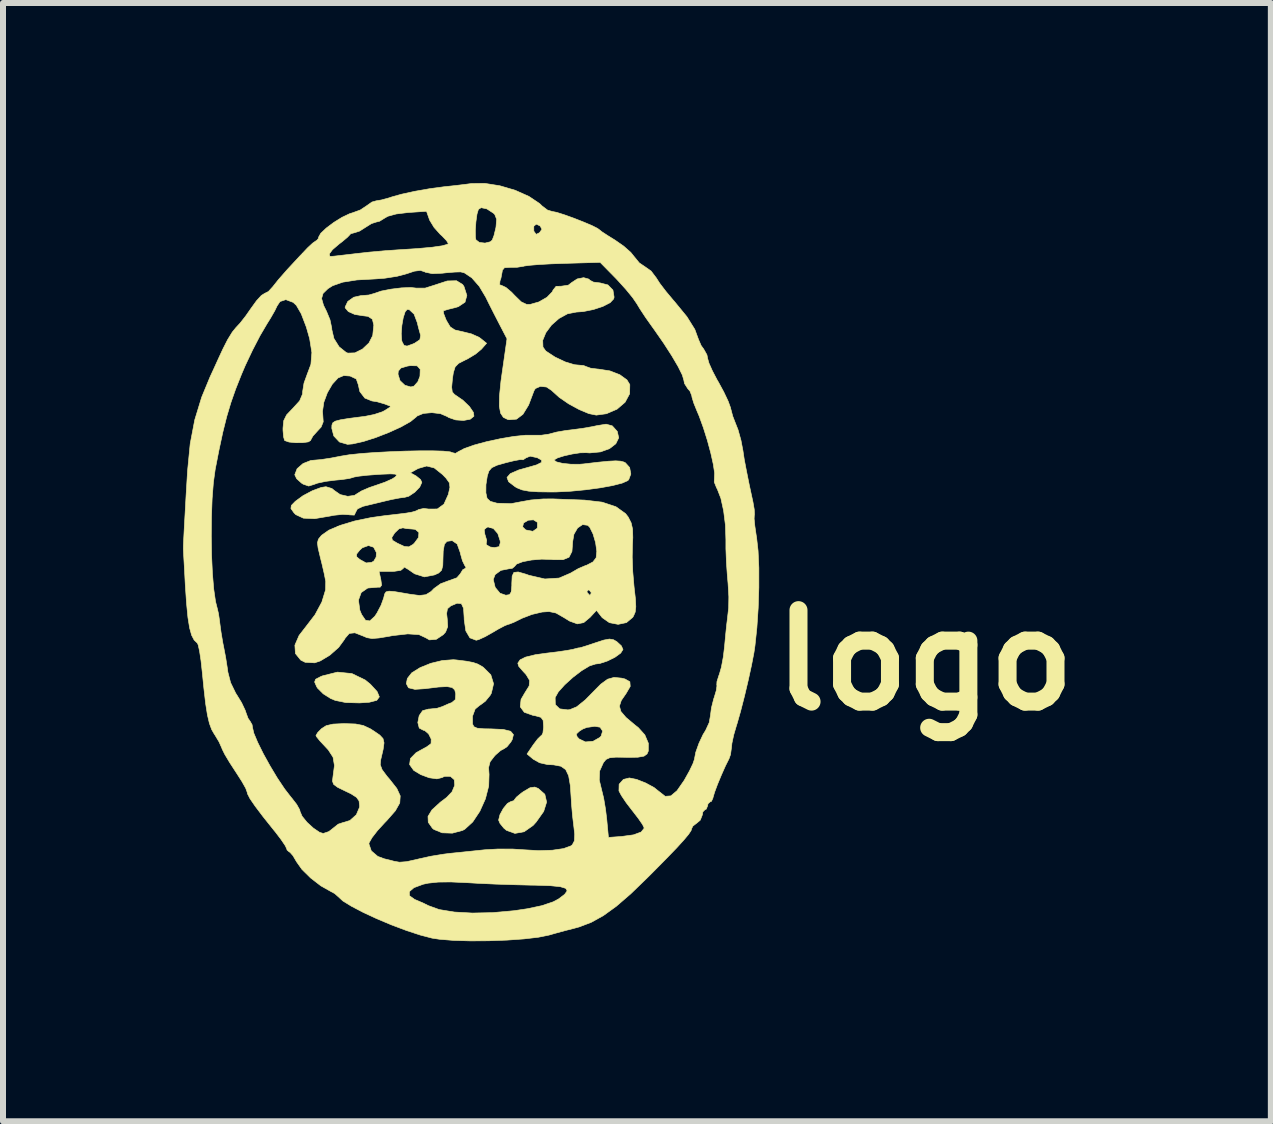
<source format=kicad_pcb>
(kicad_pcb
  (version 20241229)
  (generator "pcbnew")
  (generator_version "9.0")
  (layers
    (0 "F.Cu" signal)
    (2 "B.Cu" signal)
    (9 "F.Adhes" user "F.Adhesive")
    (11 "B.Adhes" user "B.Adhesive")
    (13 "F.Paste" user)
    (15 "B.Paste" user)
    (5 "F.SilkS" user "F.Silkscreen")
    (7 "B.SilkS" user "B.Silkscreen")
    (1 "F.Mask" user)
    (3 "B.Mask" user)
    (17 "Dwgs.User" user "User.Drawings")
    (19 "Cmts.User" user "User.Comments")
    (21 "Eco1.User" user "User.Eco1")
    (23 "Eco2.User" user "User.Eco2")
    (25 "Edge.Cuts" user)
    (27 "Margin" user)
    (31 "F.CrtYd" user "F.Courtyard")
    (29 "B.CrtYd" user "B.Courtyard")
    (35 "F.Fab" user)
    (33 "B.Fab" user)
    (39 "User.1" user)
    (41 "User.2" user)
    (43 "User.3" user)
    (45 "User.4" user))
  (footprint "logo"
    (layer "F.Cu")
    (at 4.992 6.426)
    (property "Reference" "logo" (at 7.366 1.524 0) (layer "F.SilkS") (effects (font (size 1.524 1.524) (thickness 0.3))))
    (attr through_hole)
    (fp_poly (pts (xy -2.179 1.746) (xy -1.958 1.853) (xy -1.871 1.924) (xy -1.759 2.046) (xy -1.722 2.134) (xy -1.765 2.192) (xy -1.889 2.224) (xy -2.051 2.235) (xy -2.281 2.229) (xy -2.457 2.193) (xy -2.532 2.162) (xy -2.657 2.083) (xy -2.751 1.989) (xy -2.766 1.965) (xy -2.8 1.887) (xy -2.784 1.841) (xy -2.704 1.799) (xy -2.671 1.785) (xy -2.42 1.722) (xy -2.179 1.746)) (stroke (width 0.01) (type solid)) (fill yes) (layer "F.SilkS"))
    (fp_poly (pts (xy 0.925 3.66) (xy 1.035 3.757) (xy 1.065 3.887) (xy 1.016 4.043) (xy 0.89 4.221) (xy 0.839 4.277) (xy 0.691 4.381) (xy 0.537 4.409) (xy 0.396 4.358) (xy 0.353 4.322) (xy 0.288 4.242) (xy 0.265 4.187) (xy 0.288 4.096) (xy 0.344 3.993) (xy 0.412 3.91) (xy 0.464 3.881) (xy 0.522 3.862) (xy 0.529 3.847) (xy 0.563 3.804) (xy 0.646 3.736) (xy 0.68 3.712) (xy 0.789 3.648) (xy 0.867 3.637) (xy 0.925 3.66)) (stroke (width 0.01) (type solid)) (fill yes) (layer "F.SilkS"))
    (fp_poly (pts (xy -0.441 1.519) (xy -0.271 1.54) (xy -0.161 1.561) (xy -0.084 1.587) (xy -0.012 1.627) (xy 0.01 1.642) (xy 0.135 1.766) (xy 0.181 1.916) (xy 0.144 2.074) (xy 0.125 2.108) (xy 0.044 2.207) (xy -0.039 2.269) (xy -0.047 2.272) (xy -0.126 2.338) (xy -0.17 2.457) (xy -0.169 2.587) (xy -0.147 2.631) (xy -0.092 2.656) (xy 0.017 2.666) (xy 0.142 2.668) (xy 0.343 2.677) (xy 0.465 2.707) (xy 0.512 2.763) (xy 0.491 2.848) (xy 0.469 2.886) (xy 0.404 2.966) (xy 0.354 2.999) (xy 0.299 3.028) (xy 0.216 3.1) (xy 0.197 3.12) (xy 0.123 3.216) (xy 0.098 3.313) (xy 0.106 3.426) (xy 0.1 3.62) (xy 0.045 3.834) (xy -0.048 4.041) (xy -0.166 4.218) (xy -0.298 4.339) (xy -0.334 4.359) (xy -0.506 4.405) (xy -0.676 4.399) (xy -0.813 4.343) (xy -0.838 4.322) (xy -0.907 4.224) (xy -0.911 4.125) (xy -0.845 4.017) (xy -0.704 3.888) (xy -0.603 3.812) (xy -0.511 3.716) (xy -0.466 3.608) (xy -0.474 3.514) (xy -0.537 3.459) (xy -0.634 3.458) (xy -0.678 3.479) (xy -0.763 3.5) (xy -0.891 3.482) (xy -1.031 3.43) (xy -1.149 3.359) (xy -1.218 3.262) (xy -1.204 3.161) (xy -1.11 3.065) (xy -1.037 3.024) (xy -0.931 2.966) (xy -0.865 2.917) (xy -0.86 2.91) (xy -0.858 2.837) (xy -0.901 2.751) (xy -0.966 2.695) (xy -0.989 2.69) (xy -1.057 2.654) (xy -1.081 2.562) (xy -1.058 2.447) (xy -1.001 2.364) (xy -0.899 2.337) (xy -0.882 2.337) (xy -0.759 2.324) (xy -0.672 2.296) (xy -0.562 2.247) (xy -0.515 2.23) (xy -0.455 2.179) (xy -0.449 2.084) (xy -0.466 2.017) (xy -0.51 1.978) (xy -0.594 1.963) (xy -0.735 1.97) (xy -0.947 1.996) (xy -0.948 1.997) (xy -1.129 2.009) (xy -1.236 1.983) (xy -1.272 1.914) (xy -1.255 1.827) (xy -1.182 1.734) (xy -1.044 1.648) (xy -0.867 1.576) (xy -0.674 1.529) (xy -0.489 1.515) (xy -0.441 1.519)) (stroke (width 0.01) (type solid)) (fill yes) (layer "F.SilkS"))
    (fp_poly (pts (xy 2.159 -2.381) (xy 2.239 -2.292) (xy 2.242 -2.289) (xy 2.266 -2.182) (xy 2.218 -2.083) (xy 2.112 -2.001) (xy 1.962 -1.947) (xy 1.783 -1.93) (xy 1.724 -1.934) (xy 1.623 -1.932) (xy 1.492 -1.912) (xy 1.358 -1.882) (xy 1.249 -1.848) (xy 1.193 -1.816) (xy 1.191 -1.809) (xy 1.23 -1.78) (xy 1.331 -1.756) (xy 1.467 -1.742) (xy 1.61 -1.741) (xy 1.676 -1.746) (xy 1.922 -1.775) (xy 2.097 -1.792) (xy 2.216 -1.798) (xy 2.295 -1.793) (xy 2.35 -1.779) (xy 2.377 -1.766) (xy 2.448 -1.687) (xy 2.468 -1.579) (xy 2.432 -1.483) (xy 2.414 -1.467) (xy 2.323 -1.427) (xy 2.163 -1.386) (xy 1.954 -1.348) (xy 1.715 -1.316) (xy 1.467 -1.292) (xy 1.229 -1.28) (xy 1.147 -1.279) (xy 0.923 -1.282) (xy 0.767 -1.293) (xy 0.656 -1.314) (xy 0.57 -1.349) (xy 0.54 -1.367) (xy 0.432 -1.45) (xy 0.405 -1.521) (xy 0.46 -1.585) (xy 0.6 -1.646) (xy 0.729 -1.682) (xy 0.896 -1.73) (xy 0.979 -1.771) (xy 0.984 -1.809) (xy 0.914 -1.848) (xy 0.906 -1.851) (xy 0.791 -1.876) (xy 0.722 -1.848) (xy 0.672 -1.815) (xy 0.661 -1.818) (xy 0.623 -1.819) (xy 0.521 -1.8) (xy 0.389 -1.768) (xy 0.238 -1.725) (xy 0.151 -1.684) (xy 0.104 -1.629) (xy 0.077 -1.549) (xy 0.054 -1.401) (xy 0.053 -1.265) (xy 0.073 -1.173) (xy 0.127 -1.123) (xy 0.239 -1.092) (xy 0.473 -1.085) (xy 0.636 -1.116) (xy 0.803 -1.146) (xy 1.007 -1.163) (xy 1.169 -1.164) (xy 1.367 -1.156) (xy 1.567 -1.149) (xy 1.698 -1.144) (xy 1.989 -1.11) (xy 2.219 -1.034) (xy 2.38 -0.919) (xy 2.424 -0.862) (xy 2.473 -0.766) (xy 2.497 -0.661) (xy 2.501 -0.518) (xy 2.495 -0.397) (xy 2.491 -0.194) (xy 2.5 0.047) (xy 2.52 0.281) (xy 2.523 0.311) (xy 2.545 0.505) (xy 2.551 0.634) (xy 2.541 0.721) (xy 2.513 0.787) (xy 2.499 0.81) (xy 2.395 0.897) (xy 2.256 0.926) (xy 2.111 0.898) (xy 1.991 0.814) (xy 1.983 0.804) (xy 1.896 0.693) (xy 1.788 0.81) (xy 1.683 0.897) (xy 1.577 0.918) (xy 1.449 0.872) (xy 1.35 0.811) (xy 1.221 0.737) (xy 1.106 0.713) (xy 0.989 0.721) (xy 0.82 0.761) (xy 0.654 0.825) (xy 0.631 0.837) (xy 0.519 0.892) (xy 0.439 0.923) (xy 0.424 0.926) (xy 0.368 0.948) (xy 0.263 1.003) (xy 0.17 1.058) (xy 0.041 1.131) (xy -0.064 1.179) (xy -0.108 1.191) (xy -0.213 1.151) (xy -0.281 1.035) (xy -0.308 0.848) (xy -0.309 0.813) (xy -0.319 0.658) (xy -0.355 0.581) (xy -0.428 0.574) (xy -0.532 0.619) (xy -0.587 0.666) (xy -0.601 0.745) (xy -0.591 0.835) (xy -0.583 0.964) (xy -0.618 1.054) (xy -0.657 1.098) (xy -0.773 1.175) (xy -0.887 1.185) (xy -0.95 1.149) (xy -1.062 1.097) (xy -1.248 1.085) (xy -1.504 1.114) (xy -1.554 1.124) (xy -1.728 1.153) (xy -1.844 1.162) (xy -1.928 1.148) (xy -1.991 1.121) (xy -2.129 1.067) (xy -2.223 1.077) (xy -2.292 1.157) (xy -2.302 1.176) (xy -2.4 1.31) (xy -2.546 1.439) (xy -2.705 1.535) (xy -2.8 1.567) (xy -2.959 1.558) (xy -3.032 1.521) (xy -3.12 1.412) (xy -3.129 1.273) (xy -3.059 1.111) (xy -2.952 0.973) (xy -2.794 0.767) (xy -2.679 0.553) (xy -2.67 0.523) (xy -2.07 0.523) (xy -2.047 0.69) (xy -2.017 0.763) (xy -1.952 0.858) (xy -1.881 0.869) (xy -1.799 0.794) (xy -1.762 0.739) (xy -1.694 0.609) (xy -1.649 0.486) (xy -1.647 0.476) (xy -1.633 0.419) (xy -1.61 0.385) (xy -1.56 0.373) (xy -1.466 0.381) (xy -1.311 0.407) (xy -1.213 0.424) (xy -1.053 0.445) (xy -0.946 0.432) (xy -0.86 0.379) (xy -0.811 0.329) (xy -0.7 0.249) (xy -0.563 0.198) (xy -0.558 0.197) (xy -0.508 0.179) (xy 0.176 0.179) (xy 0.208 0.31) (xy 0.288 0.407) (xy 0.385 0.441) (xy 0.447 0.431) (xy 0.476 0.385) (xy 0.477 0.38) (xy 1.735 0.38) (xy 1.742 0.397) (xy 1.781 0.439) (xy 1.789 0.441) (xy 1.807 0.407) (xy 1.808 0.397) (xy 1.774 0.354) (xy 1.761 0.353) (xy 1.735 0.38) (xy 0.477 0.38) (xy 0.485 0.281) (xy 0.485 0.243) (xy 0.491 0.121) (xy 0.52 0.061) (xy 0.591 0.053) (xy 0.719 0.09) (xy 0.772 0.109) (xy 1.036 0.17) (xy 1.273 0.155) (xy 1.463 0.073) (xy 1.592 -0.002) (xy 1.716 -0.055) (xy 1.736 -0.061) (xy 1.837 -0.114) (xy 1.89 -0.183) (xy 1.901 -0.291) (xy 1.881 -0.435) (xy 1.839 -0.579) (xy 1.785 -0.689) (xy 1.751 -0.724) (xy 1.664 -0.736) (xy 1.581 -0.68) (xy 1.52 -0.575) (xy 1.499 -0.453) (xy 1.487 -0.288) (xy 1.438 -0.192) (xy 1.338 -0.151) (xy 1.172 -0.152) (xy 1.146 -0.155) (xy 0.981 -0.16) (xy 0.814 -0.146) (xy 0.668 -0.118) (xy 0.565 -0.079) (xy 0.529 -0.037) (xy 0.492 -0.007) (xy 0.438 0) (xy 0.302 0.027) (xy 0.207 0.097) (xy 0.176 0.179) (xy -0.508 0.179) (xy -0.43 0.15) (xy -0.373 0.084) (xy -0.331 0.015) (xy -0.3 0) (xy -0.277 -0.021) (xy -0.299 -0.055) (xy -0.337 -0.133) (xy -0.371 -0.253) (xy -0.375 -0.273) (xy -0.425 -0.412) (xy -0.508 -0.469) (xy -0.595 -0.457) (xy -0.638 -0.408) (xy -0.658 -0.295) (xy -0.661 -0.194) (xy -0.665 -0.055) (xy -0.685 0.024) (xy -0.734 0.071) (xy -0.805 0.103) (xy -0.971 0.135) (xy -1.134 0.084) (xy -1.246 0.007) (xy -1.308 -0.029) (xy -1.323 -0.007) (xy -1.364 0.026) (xy -1.476 0.043) (xy -1.525 0.044) (xy -1.727 0.044) (xy -1.697 0.18) (xy -1.684 0.274) (xy -1.709 0.307) (xy -1.749 0.307) (xy -1.915 0.321) (xy -2.024 0.396) (xy -2.07 0.523) (xy -2.67 0.523) (xy -2.618 0.352) (xy -2.615 0.211) (xy -2.639 0.087) (xy -2.677 -0.078) (xy -2.707 -0.197) (xy -2.717 -0.241) (xy -2.104 -0.241) (xy -2.098 -0.198) (xy -2.047 -0.155) (xy -1.942 -0.097) (xy -1.851 -0.107) (xy -1.815 -0.127) (xy -1.775 -0.195) (xy -1.771 -0.27) (xy -1.817 -0.359) (xy -1.903 -0.387) (xy -2.005 -0.35) (xy -2.049 -0.31) (xy -2.104 -0.241) (xy -2.717 -0.241) (xy -2.742 -0.344) (xy -2.753 -0.433) (xy -2.737 -0.493) (xy -2.715 -0.52) (xy -1.515 -0.52) (xy -1.504 -0.475) (xy -1.422 -0.426) (xy -1.422 -0.426) (xy -1.306 -0.372) (xy -1.231 -0.365) (xy -1.163 -0.404) (xy -1.139 -0.426) (xy -1.069 -0.521) (xy -1.063 -0.605) (xy -1.117 -0.652) (xy 0.025 -0.652) (xy 0.036 -0.574) (xy 0.043 -0.553) (xy 0.067 -0.472) (xy 0.062 -0.441) (xy 0.058 -0.413) (xy 0.066 -0.397) (xy 0.127 -0.362) (xy 0.198 -0.353) (xy 0.275 -0.369) (xy 0.293 -0.434) (xy 0.291 -0.465) (xy 0.252 -0.586) (xy 0.178 -0.671) (xy 0.091 -0.696) (xy 0.07 -0.691) (xy 0.025 -0.652) (xy -1.117 -0.652) (xy -1.121 -0.656) (xy -1.165 -0.661) (xy -1.273 -0.67) (xy -1.33 -0.682) (xy -1.395 -0.665) (xy -1.466 -0.597) (xy -1.515 -0.52) (xy -2.715 -0.52) (xy -2.691 -0.55) (xy -2.682 -0.559) (xy -2.563 -0.643) (xy -2.433 -0.698) (xy 0.665 -0.698) (xy 0.717 -0.647) (xy 0.836 -0.624) (xy 0.905 -0.672) (xy 0.911 -0.686) (xy 0.912 -0.773) (xy 0.847 -0.815) (xy 0.76 -0.809) (xy 0.681 -0.763) (xy 0.665 -0.698) (xy -2.433 -0.698) (xy -2.374 -0.723) (xy -2.133 -0.796) (xy -1.858 -0.853) (xy -1.637 -0.884) (xy -1.421 -0.909) (xy -1.275 -0.927) (xy -1.181 -0.943) (xy -1.121 -0.96) (xy -1.078 -0.98) (xy -1.066 -0.987) (xy -0.982 -1.005) (xy -0.901 -0.995) (xy -0.756 -0.996) (xy -0.646 -1.076) (xy -0.573 -1.237) (xy -0.572 -1.241) (xy -0.546 -1.356) (xy -0.555 -1.432) (xy -0.611 -1.51) (xy -0.669 -1.57) (xy -0.807 -1.68) (xy -0.934 -1.712) (xy -1.072 -1.672) (xy -1.099 -1.658) (xy -1.205 -1.599) (xy -1.11 -1.547) (xy -1.036 -1.487) (xy -1.014 -1.439) (xy -1.049 -1.361) (xy -1.132 -1.275) (xy -1.231 -1.209) (xy -1.297 -1.191) (xy -1.382 -1.18) (xy -1.518 -1.154) (xy -1.625 -1.129) (xy -1.786 -1.09) (xy -1.931 -1.055) (xy -1.995 -1.04) (xy -2.087 -0.997) (xy -2.117 -0.942) (xy -2.139 -0.894) (xy -2.218 -0.898) (xy -2.226 -0.9) (xy -2.334 -0.906) (xy -2.48 -0.891) (xy -2.545 -0.878) (xy -2.799 -0.835) (xy -2.987 -0.843) (xy -3.114 -0.902) (xy -3.144 -0.932) (xy -3.195 -1.004) (xy -3.188 -1.055) (xy -3.122 -1.123) (xy -2.994 -1.217) (xy -2.838 -1.3) (xy -2.69 -1.355) (xy -2.611 -1.367) (xy -2.512 -1.337) (xy -2.472 -1.304) (xy -2.374 -1.236) (xy -2.248 -1.207) (xy -2.135 -1.223) (xy -2.096 -1.249) (xy -2.02 -1.296) (xy -1.891 -1.352) (xy -1.776 -1.391) (xy -1.627 -1.443) (xy -1.507 -1.497) (xy -1.455 -1.531) (xy -1.433 -1.56) (xy -1.456 -1.577) (xy -1.537 -1.581) (xy -1.688 -1.575) (xy -1.752 -1.571) (xy -1.925 -1.558) (xy -2.066 -1.542) (xy -2.149 -1.527) (xy -2.159 -1.522) (xy -2.225 -1.504) (xy -2.349 -1.486) (xy -2.458 -1.476) (xy -2.616 -1.456) (xy -2.751 -1.427) (xy -2.809 -1.406) (xy -2.899 -1.378) (xy -2.991 -1.41) (xy -3.019 -1.428) (xy -3.099 -1.5) (xy -3.131 -1.566) (xy -3.092 -1.667) (xy -2.993 -1.753) (xy -2.864 -1.804) (xy -2.811 -1.809) (xy -2.694 -1.819) (xy -2.529 -1.844) (xy -2.359 -1.877) (xy -2.219 -1.9) (xy -2.026 -1.92) (xy -1.796 -1.937) (xy -1.546 -1.95) (xy -1.291 -1.96) (xy -1.048 -1.965) (xy -0.831 -1.965) (xy -0.657 -1.96) (xy -0.542 -1.948) (xy -0.503 -1.934) (xy -0.453 -1.922) (xy -0.409 -1.949) (xy -0.307 -2.003) (xy -0.14 -2.062) (xy 0.068 -2.118) (xy 0.295 -2.167) (xy 0.518 -2.205) (xy 0.713 -2.225) (xy 0.832 -2.225) (xy 0.978 -2.225) (xy 1.103 -2.243) (xy 1.128 -2.25) (xy 1.23 -2.277) (xy 1.38 -2.303) (xy 1.487 -2.316) (xy 1.662 -2.339) (xy 1.828 -2.368) (xy 1.902 -2.384) (xy 2.056 -2.409) (xy 2.159 -2.381)) (stroke (width 0.01) (type solid)) (fill yes) (layer "F.SilkS"))
    (fp_poly (pts (xy 0.286 -6.381) (xy 0.541 -6.306) (xy 0.77 -6.204) (xy 0.948 -6.085) (xy 0.989 -6.045) (xy 1.08 -5.976) (xy 1.157 -5.953) (xy 1.233 -5.938) (xy 1.362 -5.897) (xy 1.518 -5.841) (xy 1.678 -5.778) (xy 1.818 -5.719) (xy 1.913 -5.671) (xy 1.939 -5.652) (xy 1.987 -5.614) (xy 2.088 -5.548) (xy 2.206 -5.475) (xy 2.348 -5.376) (xy 2.467 -5.271) (xy 2.524 -5.2) (xy 2.609 -5.096) (xy 2.708 -5.029) (xy 2.806 -4.96) (xy 2.886 -4.854) (xy 2.887 -4.854) (xy 2.949 -4.757) (xy 3.052 -4.622) (xy 3.175 -4.475) (xy 3.197 -4.45) (xy 3.402 -4.2) (xy 3.534 -3.988) (xy 3.596 -3.819) (xy 3.64 -3.718) (xy 3.681 -3.662) (xy 3.736 -3.564) (xy 3.748 -3.502) (xy 3.77 -3.425) (xy 3.827 -3.297) (xy 3.907 -3.144) (xy 3.928 -3.109) (xy 4.017 -2.945) (xy 4.089 -2.793) (xy 4.13 -2.681) (xy 4.132 -2.669) (xy 4.166 -2.541) (xy 4.202 -2.448) (xy 4.254 -2.316) (xy 4.303 -2.14) (xy 4.336 -1.967) (xy 4.34 -1.94) (xy 4.358 -1.82) (xy 4.394 -1.632) (xy 4.442 -1.393) (xy 4.501 -1.12) (xy 4.503 -1.111) (xy 4.524 -0.989) (xy 4.528 -0.905) (xy 4.525 -0.889) (xy 4.522 -0.833) (xy 4.534 -0.714) (xy 4.557 -0.556) (xy 4.563 -0.521) (xy 4.588 -0.299) (xy 4.601 -0.014) (xy 4.601 0.311) (xy 4.59 0.651) (xy 4.568 0.983) (xy 4.536 1.284) (xy 4.519 1.399) (xy 4.479 1.606) (xy 4.424 1.858) (xy 4.361 2.124) (xy 4.297 2.373) (xy 4.24 2.574) (xy 4.228 2.611) (xy 4.182 2.768) (xy 4.152 2.908) (xy 4.145 2.976) (xy 4.129 3.095) (xy 4.104 3.165) (xy 4.043 3.287) (xy 3.976 3.438) (xy 3.912 3.592) (xy 3.863 3.724) (xy 3.838 3.809) (xy 3.836 3.82) (xy 3.811 3.875) (xy 3.792 3.881) (xy 3.753 3.916) (xy 3.748 3.947) (xy 3.724 4.005) (xy 3.704 4.013) (xy 3.668 4.05) (xy 3.66 4.099) (xy 3.625 4.188) (xy 3.572 4.233) (xy 3.502 4.287) (xy 3.484 4.323) (xy 3.471 4.363) (xy 3.429 4.426) (xy 3.351 4.519) (xy 3.232 4.65) (xy 3.063 4.825) (xy 2.84 5.051) (xy 2.745 5.146) (xy 2.466 5.416) (xy 2.225 5.624) (xy 2.01 5.779) (xy 1.808 5.891) (xy 1.605 5.968) (xy 1.513 5.993) (xy 1.371 6.029) (xy 1.196 6.077) (xy 1.102 6.104) (xy 0.928 6.139) (xy 0.688 6.167) (xy 0.405 6.187) (xy 0.1 6.198) (xy -0.203 6.2) (xy -0.483 6.192) (xy -0.717 6.173) (xy -0.843 6.154) (xy -1.042 6.102) (xy -1.273 6.026) (xy -1.52 5.933) (xy -1.765 5.83) (xy -1.993 5.724) (xy -2.186 5.623) (xy -2.329 5.535) (xy -2.405 5.465) (xy -2.406 5.464) (xy -2.466 5.411) (xy -2.525 5.379) (xy -1.222 5.379) (xy -1.22 5.447) (xy -1.134 5.509) (xy -1.117 5.516) (xy -0.993 5.569) (xy -0.904 5.613) (xy -0.724 5.678) (xy -0.474 5.719) (xy -0.173 5.736) (xy 0.165 5.729) (xy 0.522 5.697) (xy 0.745 5.664) (xy 0.985 5.613) (xy 1.175 5.549) (xy 1.263 5.502) (xy 1.365 5.425) (xy 1.407 5.367) (xy 1.385 5.325) (xy 1.293 5.297) (xy 1.125 5.28) (xy 0.876 5.272) (xy 0.797 5.271) (xy 0.525 5.264) (xy 0.214 5.254) (xy -0.09 5.24) (xy -0.243 5.231) (xy -0.526 5.218) (xy -0.741 5.22) (xy -0.908 5.238) (xy -0.992 5.256) (xy -1.145 5.313) (xy -1.222 5.379) (xy -2.525 5.379) (xy -2.529 5.377) (xy -2.696 5.283) (xy -2.866 5.152) (xy -3.011 5.009) (xy -3.101 4.882) (xy -3.161 4.78) (xy -3.211 4.723) (xy -3.223 4.718) (xy -3.261 4.684) (xy -3.263 4.67) (xy -3.289 4.614) (xy -3.358 4.512) (xy -3.456 4.383) (xy -3.473 4.363) (xy -3.659 4.13) (xy -3.792 3.954) (xy -3.877 3.83) (xy -3.918 3.75) (xy -3.925 3.72) (xy -3.948 3.657) (xy -4.011 3.545) (xy -4.1 3.406) (xy -4.119 3.377) (xy -4.217 3.226) (xy -4.297 3.092) (xy -4.343 2.999) (xy -4.345 2.99) (xy -4.393 2.883) (xy -4.465 2.763) (xy -4.469 2.759) (xy -4.515 2.679) (xy -4.553 2.576) (xy -4.586 2.436) (xy -4.616 2.246) (xy -4.645 1.993) (xy -4.672 1.724) (xy -4.693 1.531) (xy -4.717 1.373) (xy -4.74 1.269) (xy -4.754 1.239) (xy -4.807 1.188) (xy -4.849 1.108) (xy -4.883 0.986) (xy -4.911 0.812) (xy -4.934 0.576) (xy -4.955 0.266) (xy -4.962 0.132) (xy -4.972 -0.054) (xy -4.981 -0.208) (xy -4.986 -0.307) (xy -4.987 -0.331) (xy -4.986 -0.392) (xy -4.98 -0.525) (xy -4.979 -0.541) (xy -4.522 -0.541) (xy -4.517 -0.222) (xy -4.503 0.078) (xy -4.481 0.34) (xy -4.451 0.547) (xy -4.422 0.661) (xy -4.402 0.747) (xy -4.383 0.874) (xy -4.38 0.904) (xy -4.359 1.059) (xy -4.329 1.238) (xy -4.316 1.301) (xy -4.282 1.48) (xy -4.253 1.665) (xy -4.246 1.72) (xy -4.2 1.898) (xy -4.114 2.075) (xy -4.098 2.099) (xy -4.017 2.231) (xy -3.958 2.356) (xy -3.944 2.397) (xy -3.909 2.492) (xy -3.876 2.539) (xy -3.842 2.598) (xy -3.836 2.641) (xy -3.813 2.74) (xy -3.749 2.892) (xy -3.656 3.08) (xy -3.543 3.284) (xy -3.422 3.486) (xy -3.301 3.667) (xy -3.192 3.808) (xy -3.182 3.819) (xy -3.099 3.926) (xy -3.049 4.016) (xy -3.043 4.044) (xy -3.009 4.123) (xy -2.927 4.224) (xy -2.821 4.321) (xy -2.718 4.391) (xy -2.657 4.41) (xy -2.564 4.379) (xy -2.491 4.322) (xy -2.407 4.255) (xy -2.341 4.233) (xy -2.212 4.194) (xy -2.105 4.098) (xy -2.052 3.973) (xy -2.051 3.947) (xy -2.06 3.867) (xy -2.102 3.808) (xy -2.194 3.749) (xy -2.286 3.705) (xy -2.417 3.641) (xy -2.484 3.591) (xy -2.503 3.537) (xy -2.494 3.463) (xy -2.47 3.278) (xy -2.493 3.14) (xy -2.572 3.018) (xy -2.624 2.962) (xy -2.713 2.867) (xy -2.769 2.797) (xy -2.778 2.778) (xy -2.749 2.729) (xy -2.685 2.664) (xy -2.607 2.614) (xy -2.494 2.588) (xy -2.322 2.58) (xy -2.296 2.58) (xy -2.118 2.586) (xy -1.99 2.611) (xy -1.874 2.665) (xy -1.811 2.705) (xy -1.715 2.771) (xy -1.661 2.829) (xy -1.644 2.9) (xy -1.659 3.01) (xy -1.699 3.182) (xy -1.7 3.185) (xy -1.707 3.265) (xy -1.676 3.347) (xy -1.596 3.455) (xy -1.548 3.511) (xy -1.431 3.66) (xy -1.374 3.784) (xy -1.382 3.902) (xy -1.455 4.032) (xy -1.596 4.193) (xy -1.632 4.23) (xy -1.753 4.362) (xy -1.845 4.481) (xy -1.893 4.566) (xy -1.896 4.583) (xy -1.856 4.7) (xy -1.748 4.792) (xy -1.64 4.832) (xy -1.536 4.857) (xy -1.477 4.873) (xy -1.387 4.889) (xy -1.268 4.88) (xy -1.096 4.842) (xy -1.056 4.832) (xy -0.866 4.79) (xy -0.652 4.755) (xy -0.55 4.742) (xy -0.362 4.723) (xy -0.14 4.7) (xy 0.033 4.682) (xy 0.256 4.669) (xy 0.504 4.67) (xy 0.672 4.681) (xy 0.93 4.696) (xy 1.161 4.689) (xy 1.347 4.662) (xy 1.47 4.617) (xy 1.493 4.599) (xy 1.528 4.533) (xy 1.533 4.423) (xy 1.52 4.308) (xy 1.497 4.116) (xy 1.479 3.91) (xy 1.476 3.848) (xy 1.46 3.611) (xy 1.432 3.449) (xy 1.383 3.346) (xy 1.303 3.29) (xy 1.182 3.267) (xy 1.08 3.262) (xy 0.948 3.232) (xy 0.843 3.173) (xy 0.739 3.086) (xy 0.843 2.932) (xy 0.915 2.837) (xy 0.97 2.783) (xy 0.981 2.778) (xy 0.995 2.754) (xy 1.559 2.754) (xy 1.574 2.8) (xy 1.608 2.836) (xy 1.712 2.885) (xy 1.839 2.874) (xy 1.952 2.81) (xy 1.973 2.787) (xy 1.998 2.704) (xy 1.956 2.64) (xy 1.866 2.624) (xy 1.861 2.625) (xy 1.769 2.639) (xy 1.739 2.642) (xy 1.669 2.669) (xy 1.613 2.704) (xy 1.559 2.754) (xy 0.995 2.754) (xy 1.003 2.739) (xy 1.014 2.644) (xy 1.014 2.624) (xy 1.007 2.525) (xy 0.97 2.475) (xy 0.877 2.449) (xy 0.837 2.442) (xy 0.693 2.391) (xy 0.626 2.3) (xy 0.639 2.176) (xy 0.7 2.071) (xy 0.774 1.952) (xy 0.782 1.861) (xy 0.724 1.764) (xy 0.675 1.711) (xy 0.601 1.626) (xy 0.585 1.573) (xy 0.619 1.523) (xy 0.625 1.516) (xy 0.714 1.472) (xy 0.877 1.432) (xy 1.064 1.406) (xy 1.246 1.384) (xy 1.402 1.361) (xy 1.506 1.342) (xy 1.521 1.337) (xy 1.592 1.319) (xy 1.61 1.318) (xy 1.647 1.309) (xy 1.746 1.278) (xy 1.871 1.236) (xy 2.018 1.188) (xy 2.112 1.171) (xy 2.178 1.182) (xy 2.234 1.214) (xy 2.31 1.284) (xy 2.337 1.345) (xy 2.299 1.405) (xy 2.204 1.474) (xy 2.079 1.536) (xy 1.951 1.578) (xy 1.878 1.587) (xy 1.781 1.618) (xy 1.648 1.698) (xy 1.503 1.809) (xy 1.366 1.933) (xy 1.26 2.051) (xy 1.207 2.146) (xy 1.207 2.147) (xy 1.21 2.264) (xy 1.284 2.334) (xy 1.418 2.351) (xy 1.452 2.347) (xy 1.566 2.3) (xy 1.71 2.184) (xy 1.824 2.068) (xy 1.967 1.923) (xy 2.081 1.84) (xy 2.188 1.81) (xy 2.312 1.822) (xy 2.37 1.836) (xy 2.452 1.882) (xy 2.458 1.96) (xy 2.389 2.078) (xy 2.389 2.078) (xy 2.309 2.194) (xy 2.278 2.288) (xy 2.302 2.377) (xy 2.386 2.476) (xy 2.537 2.603) (xy 2.592 2.646) (xy 2.701 2.767) (xy 2.76 2.907) (xy 2.759 3.038) (xy 2.738 3.085) (xy 2.687 3.122) (xy 2.584 3.14) (xy 2.414 3.142) (xy 2.384 3.141) (xy 2.218 3.139) (xy 2.116 3.149) (xy 2.056 3.176) (xy 2.013 3.227) (xy 2.011 3.23) (xy 1.948 3.37) (xy 1.942 3.52) (xy 1.981 3.682) (xy 2.015 3.82) (xy 2.046 4.004) (xy 2.066 4.167) (xy 2.095 4.476) (xy 2.315 4.46) (xy 2.513 4.433) (xy 2.64 4.386) (xy 2.69 4.323) (xy 2.69 4.317) (xy 2.664 4.262) (xy 2.595 4.162) (xy 2.499 4.037) (xy 2.494 4.031) (xy 2.391 3.897) (xy 2.311 3.778) (xy 2.27 3.701) (xy 2.273 3.59) (xy 2.344 3.51) (xy 2.442 3.485) (xy 2.563 3.509) (xy 2.713 3.568) (xy 2.854 3.644) (xy 2.948 3.719) (xy 2.949 3.719) (xy 3.04 3.791) (xy 3.135 3.784) (xy 3.238 3.697) (xy 3.356 3.527) (xy 3.364 3.513) (xy 3.445 3.368) (xy 3.503 3.247) (xy 3.528 3.174) (xy 3.528 3.171) (xy 3.55 3.057) (xy 3.603 2.908) (xy 3.672 2.761) (xy 3.715 2.691) (xy 3.774 2.563) (xy 3.794 2.449) (xy 3.811 2.318) (xy 3.849 2.167) (xy 3.858 2.142) (xy 3.892 2.027) (xy 3.903 1.949) (xy 3.9 1.937) (xy 3.903 1.879) (xy 3.935 1.778) (xy 3.943 1.758) (xy 3.977 1.639) (xy 4.009 1.468) (xy 4.031 1.283) (xy 4.031 1.279) (xy 4.048 1.097) (xy 4.065 0.932) (xy 4.079 0.819) (xy 4.079 0.816) (xy 4.098 0.649) (xy 4.101 0.468) (xy 4.088 0.245) (xy 4.076 0.11) (xy 4.061 -0.104) (xy 4.052 -0.336) (xy 4.052 -0.485) (xy 4.044 -0.727) (xy 4.014 -0.966) (xy 3.968 -1.175) (xy 3.909 -1.327) (xy 3.897 -1.348) (xy 3.858 -1.445) (xy 3.861 -1.511) (xy 3.864 -1.595) (xy 3.842 -1.741) (xy 3.8 -1.929) (xy 3.743 -2.14) (xy 3.676 -2.352) (xy 3.606 -2.545) (xy 3.568 -2.634) (xy 3.517 -2.76) (xy 3.487 -2.858) (xy 3.484 -2.882) (xy 3.453 -2.96) (xy 3.418 -2.999) (xy 3.362 -3.087) (xy 3.351 -3.143) (xy 3.326 -3.228) (xy 3.256 -3.369) (xy 3.149 -3.551) (xy 3.015 -3.759) (xy 2.862 -3.979) (xy 2.819 -4.039) (xy 2.714 -4.187) (xy 2.618 -4.333) (xy 2.57 -4.413) (xy 2.499 -4.517) (xy 2.386 -4.655) (xy 2.253 -4.802) (xy 2.222 -4.835) (xy 1.957 -5.105) (xy 1.366 -5.088) (xy 1.14 -5.08) (xy 0.939 -5.069) (xy 0.783 -5.056) (xy 0.693 -5.044) (xy 0.685 -5.041) (xy 0.574 -5.023) (xy 0.461 -5.022) (xy 0.363 -5.016) (xy 0.326 -4.971) (xy 0.325 -4.952) (xy 0.304 -4.841) (xy 0.288 -4.796) (xy 0.282 -4.732) (xy 0.321 -4.718) (xy 0.387 -4.687) (xy 0.481 -4.608) (xy 0.532 -4.554) (xy 0.642 -4.447) (xy 0.733 -4.404) (xy 0.79 -4.404) (xy 0.937 -4.446) (xy 1.071 -4.523) (xy 1.159 -4.614) (xy 1.173 -4.644) (xy 1.223 -4.706) (xy 1.304 -4.707) (xy 1.427 -4.725) (xy 1.483 -4.769) (xy 1.575 -4.829) (xy 1.682 -4.85) (xy 1.768 -4.826) (xy 1.786 -4.807) (xy 1.845 -4.776) (xy 1.95 -4.763) (xy 1.954 -4.763) (xy 2.086 -4.729) (xy 2.17 -4.643) (xy 2.189 -4.526) (xy 2.182 -4.496) (xy 2.123 -4.433) (xy 2.002 -4.371) (xy 1.844 -4.319) (xy 1.674 -4.285) (xy 1.561 -4.277) (xy 1.413 -4.248) (xy 1.271 -4.17) (xy 1.146 -4.06) (xy 1.052 -3.933) (xy 1 -3.806) (xy 1.004 -3.694) (xy 1.051 -3.628) (xy 1.205 -3.527) (xy 1.376 -3.446) (xy 1.528 -3.4) (xy 1.578 -3.395) (xy 1.681 -3.386) (xy 1.736 -3.364) (xy 1.797 -3.342) (xy 1.908 -3.328) (xy 1.931 -3.326) (xy 2.119 -3.297) (xy 2.284 -3.233) (xy 2.403 -3.147) (xy 2.451 -3.068) (xy 2.448 -2.915) (xy 2.372 -2.774) (xy 2.238 -2.659) (xy 2.061 -2.583) (xy 1.892 -2.56) (xy 1.769 -2.585) (xy 1.607 -2.653) (xy 1.432 -2.748) (xy 1.274 -2.857) (xy 1.158 -2.962) (xy 1.152 -2.969) (xy 1.064 -3.028) (xy 0.961 -3.039) (xy 0.878 -3.003) (xy 0.855 -2.966) (xy 0.765 -2.728) (xy 0.67 -2.573) (xy 0.564 -2.493) (xy 0.441 -2.483) (xy 0.415 -2.488) (xy 0.344 -2.523) (xy 0.298 -2.593) (xy 0.277 -2.709) (xy 0.28 -2.882) (xy 0.304 -3.123) (xy 0.328 -3.293) (xy 0.405 -3.832) (xy 0.272 -4.088) (xy 0.185 -4.257) (xy 0.099 -4.427) (xy 0.051 -4.525) (xy -0.057 -4.706) (xy -0.181 -4.847) (xy -0.305 -4.93) (xy -0.367 -4.946) (xy -0.468 -4.943) (xy -0.612 -4.931) (xy -0.674 -4.924) (xy -0.841 -4.917) (xy -0.956 -4.941) (xy -0.966 -4.947) (xy -1.038 -4.971) (xy -1.139 -4.958) (xy -1.262 -4.917) (xy -1.426 -4.873) (xy -1.63 -4.841) (xy -1.786 -4.829) (xy -2.096 -4.812) (xy -2.331 -4.775) (xy -2.5 -4.716) (xy -2.578 -4.667) (xy -2.66 -4.587) (xy -2.684 -4.503) (xy -2.652 -4.39) (xy -2.602 -4.289) (xy -2.544 -4.148) (xy -2.515 -4.01) (xy -2.514 -3.986) (xy -2.479 -3.837) (xy -2.392 -3.698) (xy -2.276 -3.605) (xy -2.247 -3.593) (xy -2.13 -3.597) (xy -2.003 -3.66) (xy -1.895 -3.762) (xy -1.834 -3.882) (xy -1.831 -3.894) (xy -1.829 -3.917) (xy -1.357 -3.917) (xy -1.35 -3.808) (xy -1.342 -3.779) (xy -1.31 -3.721) (xy -1.26 -3.71) (xy -1.166 -3.744) (xy -1.132 -3.759) (xy -1.047 -3.816) (xy -1.034 -3.887) (xy -1.038 -3.903) (xy -1.07 -4.018) (xy -1.09 -4.101) (xy -1.143 -4.242) (xy -1.221 -4.315) (xy -1.257 -4.322) (xy -1.292 -4.282) (xy -1.324 -4.183) (xy -1.347 -4.052) (xy -1.357 -3.917) (xy -1.829 -3.917) (xy -1.814 -4.06) (xy -1.838 -4.158) (xy -1.91 -4.205) (xy -1.998 -4.216) (xy -2.131 -4.237) (xy -2.238 -4.285) (xy -2.29 -4.346) (xy -2.292 -4.36) (xy -2.248 -4.453) (xy -2.148 -4.524) (xy -2.024 -4.552) (xy -2.022 -4.551) (xy -1.898 -4.561) (xy -1.806 -4.587) (xy -1.693 -4.626) (xy -1.531 -4.658) (xy -1.353 -4.68) (xy -1.196 -4.686) (xy -1.107 -4.676) (xy -0.959 -4.676) (xy -0.801 -4.726) (xy -0.591 -4.795) (xy -0.437 -4.799) (xy -0.335 -4.737) (xy -0.312 -4.703) (xy -0.264 -4.554) (xy -0.295 -4.441) (xy -0.406 -4.367) (xy -0.463 -4.35) (xy -0.577 -4.322) (xy -0.648 -4.3) (xy -0.656 -4.295) (xy -0.65 -4.25) (xy -0.614 -4.157) (xy -0.601 -4.13) (xy -0.541 -4.03) (xy -0.462 -3.978) (xy -0.333 -3.949) (xy -0.187 -3.913) (xy -0.062 -3.857) (xy -0.035 -3.838) (xy 0.065 -3.757) (xy -0.022 -3.658) (xy -0.119 -3.577) (xy -0.252 -3.497) (xy -0.292 -3.478) (xy -0.4 -3.423) (xy -0.459 -3.363) (xy -0.489 -3.267) (xy -0.504 -3.168) (xy -0.517 -3.026) (xy -0.507 -2.946) (xy -0.468 -2.902) (xy -0.461 -2.898) (xy -0.329 -2.807) (xy -0.221 -2.703) (xy -0.155 -2.606) (xy -0.146 -2.542) (xy -0.207 -2.492) (xy -0.319 -2.471) (xy -0.45 -2.48) (xy -0.566 -2.52) (xy -0.593 -2.537) (xy -0.703 -2.584) (xy -0.847 -2.601) (xy -0.989 -2.588) (xy -1.091 -2.546) (xy -1.105 -2.532) (xy -1.203 -2.452) (xy -1.364 -2.362) (xy -1.564 -2.271) (xy -1.78 -2.187) (xy -1.989 -2.12) (xy -2.168 -2.08) (xy -2.252 -2.073) (xy -2.386 -2.112) (xy -2.481 -2.213) (xy -2.514 -2.34) (xy -2.512 -2.394) (xy -2.497 -2.432) (xy -2.456 -2.459) (xy -2.373 -2.481) (xy -2.235 -2.504) (xy -2.027 -2.531) (xy -1.962 -2.539) (xy -1.809 -2.57) (xy -1.675 -2.614) (xy -1.634 -2.635) (xy -1.526 -2.704) (xy -1.634 -2.746) (xy -1.761 -2.783) (xy -1.846 -2.796) (xy -1.964 -2.844) (xy -2.047 -2.952) (xy -2.073 -3.068) (xy -2.106 -3.162) (xy -2.209 -3.211) (xy -2.315 -3.219) (xy -2.41 -3.179) (xy -2.505 -3.076) (xy -2.588 -2.933) (xy -2.647 -2.774) (xy -2.669 -2.622) (xy -2.665 -2.572) (xy -2.657 -2.448) (xy -2.692 -2.361) (xy -2.752 -2.296) (xy -2.829 -2.211) (xy -2.866 -2.144) (xy -2.866 -2.139) (xy -2.905 -2.114) (xy -2.999 -2.101) (xy -3.116 -2.1) (xy -3.226 -2.111) (xy -3.296 -2.135) (xy -3.3 -2.138) (xy -3.317 -2.196) (xy -3.327 -2.307) (xy -3.327 -2.344) (xy -3.315 -2.467) (xy -3.267 -2.564) (xy -3.164 -2.672) (xy -3.163 -2.673) (xy -3.05 -2.797) (xy -3.002 -2.91) (xy -2.999 -2.957) (xy -2.977 -3.094) (xy -2.929 -3.226) (xy -2.923 -3.242) (xy -1.411 -3.242) (xy -1.378 -3.135) (xy -1.296 -3.057) (xy -1.197 -3.029) (xy -1.145 -3.043) (xy -1.081 -3.115) (xy -1.045 -3.207) (xy -1.041 -3.324) (xy -1.092 -3.381) (xy -1.208 -3.384) (xy -1.253 -3.377) (xy -1.362 -3.345) (xy -1.406 -3.293) (xy -1.411 -3.242) (xy -2.923 -3.242) (xy -2.862 -3.406) (xy -2.846 -3.602) (xy -2.883 -3.833) (xy -2.938 -4.026) (xy -3.023 -4.248) (xy -3.104 -4.388) (xy -3.157 -4.438) (xy -3.28 -4.484) (xy -3.377 -4.452) (xy -3.426 -4.378) (xy -3.464 -4.299) (xy -3.534 -4.177) (xy -3.595 -4.079) (xy -3.71 -3.883) (xy -3.836 -3.64) (xy -3.956 -3.386) (xy -4.018 -3.241) (xy -4.116 -2.994) (xy -4.196 -2.766) (xy -4.265 -2.535) (xy -4.329 -2.279) (xy -4.394 -1.977) (xy -4.457 -1.654) (xy -4.487 -1.436) (xy -4.508 -1.166) (xy -4.519 -0.861) (xy -4.522 -0.541) (xy -4.979 -0.541) (xy -4.97 -0.715) (xy -4.957 -0.945) (xy -4.943 -1.201) (xy -4.927 -1.466) (xy -4.917 -1.632) (xy -4.873 -2.084) (xy -4.797 -2.482) (xy -4.682 -2.858) (xy -4.542 -3.197) (xy -4.48 -3.331) (xy -4.401 -3.505) (xy -4.329 -3.66) (xy -4.251 -3.814) (xy -4.172 -3.943) (xy -4.111 -4.018) (xy -4.042 -4.092) (xy -3.948 -4.212) (xy -3.86 -4.338) (xy -3.769 -4.464) (xy -3.688 -4.553) (xy -3.636 -4.586) (xy -3.57 -4.619) (xy -3.497 -4.699) (xy -3.497 -4.699) (xy -3.404 -4.816) (xy -3.254 -4.987) (xy -3.05 -5.207) (xy -3.013 -5.245) (xy -2.556 -5.245) (xy -2.547 -5.207) (xy -2.525 -5.204) (xy -2.468 -5.209) (xy -2.347 -5.223) (xy -2.183 -5.242) (xy -2.117 -5.25) (xy -1.882 -5.276) (xy -1.623 -5.299) (xy -1.394 -5.315) (xy -1.389 -5.315) (xy -1.081 -5.335) (xy -0.841 -5.357) (xy -0.674 -5.381) (xy -0.586 -5.406) (xy -0.573 -5.42) (xy -0.603 -5.468) (xy -0.678 -5.546) (xy -0.709 -5.574) (xy -0.766 -5.638) (xy -0.123 -5.638) (xy -0.121 -5.522) (xy -0.113 -5.481) (xy -0.056 -5.437) (xy 0.039 -5.426) (xy 0.128 -5.448) (xy 0.159 -5.476) (xy 0.188 -5.551) (xy 0.217 -5.67) (xy 0.222 -5.695) (xy 0.223 -5.707) (xy 0.851 -5.707) (xy 0.852 -5.627) (xy 0.855 -5.62) (xy 0.891 -5.572) (xy 0.947 -5.599) (xy 0.987 -5.657) (xy 0.957 -5.711) (xy 0.894 -5.742) (xy 0.851 -5.707) (xy 0.223 -5.707) (xy 0.232 -5.824) (xy 0.201 -5.903) (xy 0.181 -5.923) (xy 0.069 -5.996) (xy -0.025 -6.016) (xy -0.071 -5.989) (xy -0.095 -5.91) (xy -0.113 -5.78) (xy -0.123 -5.638) (xy -0.766 -5.638) (xy -0.81 -5.687) (xy -0.883 -5.807) (xy -0.89 -5.826) (xy -0.936 -5.956) (xy -1.245 -5.935) (xy -1.441 -5.911) (xy -1.58 -5.873) (xy -1.629 -5.845) (xy -1.718 -5.79) (xy -1.772 -5.777) (xy -1.853 -5.751) (xy -1.952 -5.689) (xy -1.952 -5.689) (xy -2.051 -5.626) (xy -2.131 -5.6) (xy -2.131 -5.6) (xy -2.199 -5.582) (xy -2.212 -5.567) (xy -2.254 -5.523) (xy -2.342 -5.449) (xy -2.392 -5.411) (xy -2.502 -5.317) (xy -2.556 -5.245) (xy -3.013 -5.245) (xy -2.917 -5.347) (xy -2.833 -5.425) (xy -2.774 -5.466) (xy -2.767 -5.468) (xy -2.737 -5.503) (xy -2.734 -5.525) (xy -2.698 -5.589) (xy -2.606 -5.676) (xy -2.481 -5.77) (xy -2.344 -5.855) (xy -2.218 -5.915) (xy -2.167 -5.931) (xy -2.038 -5.978) (xy -1.936 -6.046) (xy -1.845 -6.11) (xy -1.775 -6.13) (xy -1.686 -6.145) (xy -1.558 -6.18) (xy -1.514 -6.195) (xy -1.35 -6.241) (xy -1.13 -6.289) (xy -0.885 -6.332) (xy -0.649 -6.364) (xy -0.573 -6.372) (xy -0.435 -6.387) (xy -0.264 -6.408) (xy -0.19 -6.418) (xy 0.034 -6.421) (xy 0.286 -6.381)) (stroke (width 0.01) (type solid)) (fill yes) (layer "F.SilkS")))
  (gr_rect
    (start -3 -3)
    (end 18.123 15.631)
    (stroke (width 0.1) (type default))
    (fill no)
    (layer "Edge.Cuts")))
</source>
